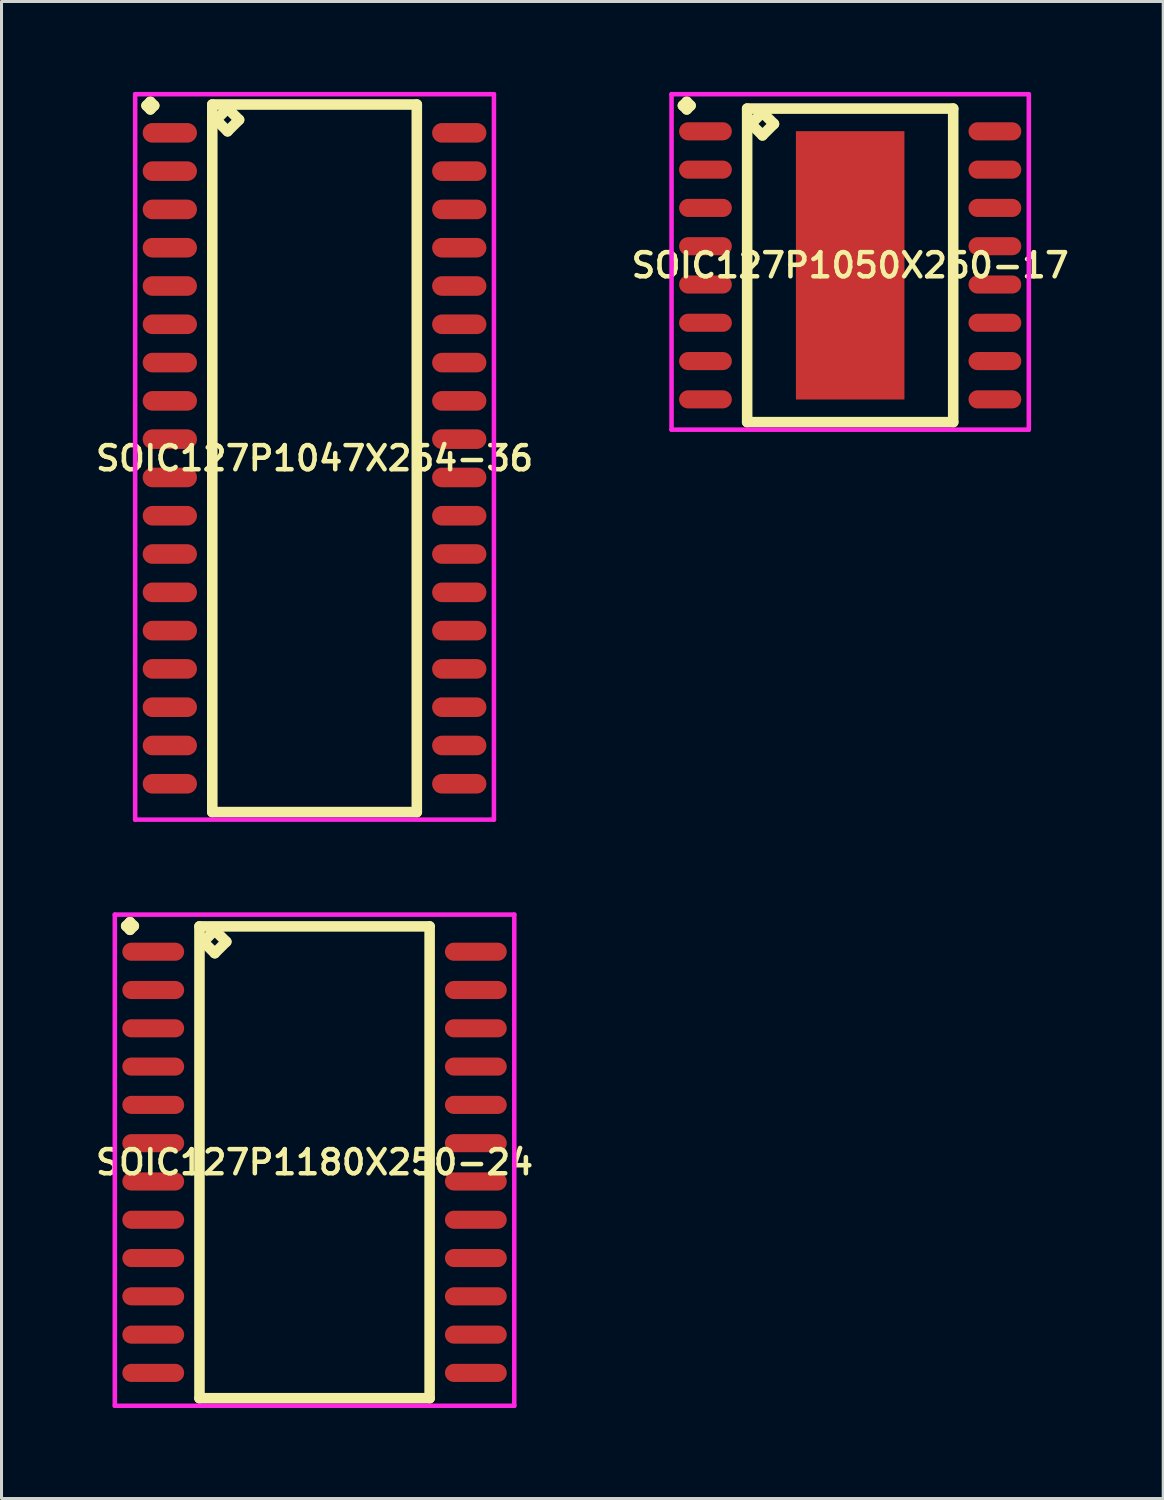
<source format=kicad_pcb>
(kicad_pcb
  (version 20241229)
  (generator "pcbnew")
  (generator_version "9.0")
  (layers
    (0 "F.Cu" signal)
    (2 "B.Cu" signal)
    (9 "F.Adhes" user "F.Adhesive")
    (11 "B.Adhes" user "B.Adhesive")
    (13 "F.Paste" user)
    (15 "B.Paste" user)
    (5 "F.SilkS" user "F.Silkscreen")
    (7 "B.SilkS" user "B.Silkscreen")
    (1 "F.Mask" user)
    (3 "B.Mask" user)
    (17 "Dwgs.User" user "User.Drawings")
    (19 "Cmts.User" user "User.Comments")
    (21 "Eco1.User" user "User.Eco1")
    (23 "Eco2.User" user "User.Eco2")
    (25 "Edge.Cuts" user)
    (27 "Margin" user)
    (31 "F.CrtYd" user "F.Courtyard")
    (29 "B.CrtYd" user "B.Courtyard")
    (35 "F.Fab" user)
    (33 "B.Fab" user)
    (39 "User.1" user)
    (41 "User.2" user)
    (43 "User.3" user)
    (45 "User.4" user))
  (footprint "SOIC127P1047X264-36"
    (layer "F.Cu")
    (at 7.383 12.151)
    (property "Reference" "SOIC127P1047X264-36" (at 0 0 0) (layer "F.SilkS") (effects (font (size 0.8 0.8) (thickness 0.15))))
    (attr smd)
    (fp_line (start -5.573 -11.699) (end -5.446 -11.826) (stroke (width 0.35) (type solid)) (layer "F.SilkS"))
    (fp_line (start -5.446 -11.826) (end -5.319 -11.699) (stroke (width 0.35) (type solid)) (layer "F.SilkS"))
    (fp_line (start -5.446 -11.572) (end -5.573 -11.699) (stroke (width 0.35) (type solid)) (layer "F.SilkS"))
    (fp_line (start -5.319 -11.699) (end -5.446 -11.572) (stroke (width 0.35) (type solid)) (layer "F.SilkS"))
    (fp_line (start -3.392 -11.735) (end -3.392 11.735) (stroke (width 0.35) (type solid)) (layer "F.SilkS"))
    (fp_line (start -3.392 11.735) (end 3.392 11.735) (stroke (width 0.35) (type solid)) (layer "F.SilkS"))
    (fp_line (start -3.265 -11.227) (end -2.884 -11.608) (stroke (width 0.35) (type solid)) (layer "F.SilkS"))
    (fp_line (start -2.884 -11.608) (end -2.503 -11.227) (stroke (width 0.35) (type solid)) (layer "F.SilkS"))
    (fp_line (start -2.884 -10.846) (end -3.265 -11.227) (stroke (width 0.35) (type solid)) (layer "F.SilkS"))
    (fp_line (start -2.503 -11.227) (end -2.884 -10.846) (stroke (width 0.35) (type solid)) (layer "F.SilkS"))
    (fp_line (start 3.392 -11.735) (end -3.392 -11.735) (stroke (width 0.35) (type solid)) (layer "F.SilkS"))
    (fp_line (start 3.392 11.735) (end 3.392 -11.735) (stroke (width 0.35) (type solid)) (layer "F.SilkS"))
    (fp_line (start -5.95 -12.076) (end 5.95 -12.076) (stroke (width 0.15) (type solid)) (layer "F.CrtYd"))
    (fp_line (start -5.95 11.985) (end -5.95 -12.076) (stroke (width 0.15) (type solid)) (layer "F.CrtYd"))
    (fp_line (start 5.95 -12.076) (end 5.95 11.985) (stroke (width 0.15) (type solid)) (layer "F.CrtYd"))
    (fp_line (start 5.95 11.985) (end -5.95 11.985) (stroke (width 0.15) (type solid)) (layer "F.CrtYd"))
    (pad "1" smd oval (at -4.8 -10.795) (size 1.8 0.65) (layers "F.Cu" "F.Mask" "F.Paste"))
    (pad "2" smd oval (at -4.8 -9.525) (size 1.8 0.65) (layers "F.Cu" "F.Mask" "F.Paste"))
    (pad "3" smd oval (at -4.8 -8.255) (size 1.8 0.65) (layers "F.Cu" "F.Mask" "F.Paste"))
    (pad "4" smd oval (at -4.8 -6.985) (size 1.8 0.65) (layers "F.Cu" "F.Mask" "F.Paste"))
    (pad "5" smd oval (at -4.8 -5.715) (size 1.8 0.65) (layers "F.Cu" "F.Mask" "F.Paste"))
    (pad "6" smd oval (at -4.8 -4.445) (size 1.8 0.65) (layers "F.Cu" "F.Mask" "F.Paste"))
    (pad "7" smd oval (at -4.8 -3.175) (size 1.8 0.65) (layers "F.Cu" "F.Mask" "F.Paste"))
    (pad "8" smd oval (at -4.8 -1.905) (size 1.8 0.65) (layers "F.Cu" "F.Mask" "F.Paste"))
    (pad "9" smd oval (at -4.8 -0.635) (size 1.8 0.65) (layers "F.Cu" "F.Mask" "F.Paste"))
    (pad "10" smd oval (at -4.8 0.635) (size 1.8 0.65) (layers "F.Cu" "F.Mask" "F.Paste"))
    (pad "11" smd oval (at -4.8 1.905) (size 1.8 0.65) (layers "F.Cu" "F.Mask" "F.Paste"))
    (pad "12" smd oval (at -4.8 3.175) (size 1.8 0.65) (layers "F.Cu" "F.Mask" "F.Paste"))
    (pad "13" smd oval (at -4.8 4.445) (size 1.8 0.65) (layers "F.Cu" "F.Mask" "F.Paste"))
    (pad "14" smd oval (at -4.8 5.715) (size 1.8 0.65) (layers "F.Cu" "F.Mask" "F.Paste"))
    (pad "15" smd oval (at -4.8 6.985) (size 1.8 0.65) (layers "F.Cu" "F.Mask" "F.Paste"))
    (pad "16" smd oval (at -4.8 8.255) (size 1.8 0.65) (layers "F.Cu" "F.Mask" "F.Paste"))
    (pad "17" smd oval (at -4.8 9.525) (size 1.8 0.65) (layers "F.Cu" "F.Mask" "F.Paste"))
    (pad "18" smd oval (at -4.8 10.795) (size 1.8 0.65) (layers "F.Cu" "F.Mask" "F.Paste"))
    (pad "19" smd oval (at 4.8 10.795) (size 1.8 0.65) (layers "F.Cu" "F.Mask" "F.Paste"))
    (pad "20" smd oval (at 4.8 9.525) (size 1.8 0.65) (layers "F.Cu" "F.Mask" "F.Paste"))
    (pad "21" smd oval (at 4.8 8.255) (size 1.8 0.65) (layers "F.Cu" "F.Mask" "F.Paste"))
    (pad "22" smd oval (at 4.8 6.985) (size 1.8 0.65) (layers "F.Cu" "F.Mask" "F.Paste"))
    (pad "23" smd oval (at 4.8 5.715) (size 1.8 0.65) (layers "F.Cu" "F.Mask" "F.Paste"))
    (pad "24" smd oval (at 4.8 4.445) (size 1.8 0.65) (layers "F.Cu" "F.Mask" "F.Paste"))
    (pad "25" smd oval (at 4.8 3.175) (size 1.8 0.65) (layers "F.Cu" "F.Mask" "F.Paste"))
    (pad "26" smd oval (at 4.8 1.905) (size 1.8 0.65) (layers "F.Cu" "F.Mask" "F.Paste"))
    (pad "27" smd oval (at 4.8 0.635) (size 1.8 0.65) (layers "F.Cu" "F.Mask" "F.Paste"))
    (pad "28" smd oval (at 4.8 -0.635) (size 1.8 0.65) (layers "F.Cu" "F.Mask" "F.Paste"))
    (pad "29" smd oval (at 4.8 -1.905) (size 1.8 0.65) (layers "F.Cu" "F.Mask" "F.Paste"))
    (pad "30" smd oval (at 4.8 -3.175) (size 1.8 0.65) (layers "F.Cu" "F.Mask" "F.Paste"))
    (pad "31" smd oval (at 4.8 -4.445) (size 1.8 0.65) (layers "F.Cu" "F.Mask" "F.Paste"))
    (pad "32" smd oval (at 4.8 -5.715) (size 1.8 0.65) (layers "F.Cu" "F.Mask" "F.Paste"))
    (pad "33" smd oval (at 4.8 -6.985) (size 1.8 0.65) (layers "F.Cu" "F.Mask" "F.Paste"))
    (pad "34" smd oval (at 4.8 -8.255) (size 1.8 0.65) (layers "F.Cu" "F.Mask" "F.Paste"))
    (pad "35" smd oval (at 4.8 -9.525) (size 1.8 0.65) (layers "F.Cu" "F.Mask" "F.Paste"))
    (pad "36" smd oval (at 4.8 -10.795) (size 1.8 0.65) (layers "F.Cu" "F.Mask" "F.Paste")))
  (footprint "SOIC127P1180X250-24"
    (layer "F.Cu")
    (at 7.383 35.502)
    (property "Reference" "SOIC127P1180X250-24" (at 0 0 0) (layer "F.SilkS") (effects (font (size 0.8 0.8) (thickness 0.15))))
    (attr smd)
    (fp_line (start -6.248 -7.839) (end -6.121 -7.966) (stroke (width 0.35) (type solid)) (layer "F.SilkS"))
    (fp_line (start -6.121 -7.966) (end -5.994 -7.839) (stroke (width 0.35) (type solid)) (layer "F.SilkS"))
    (fp_line (start -6.121 -7.712) (end -6.248 -7.839) (stroke (width 0.35) (type solid)) (layer "F.SilkS"))
    (fp_line (start -5.994 -7.839) (end -6.121 -7.712) (stroke (width 0.35) (type solid)) (layer "F.SilkS"))
    (fp_line (start -3.817 -7.825) (end -3.817 7.825) (stroke (width 0.35) (type solid)) (layer "F.SilkS"))
    (fp_line (start -3.817 7.825) (end 3.817 7.825) (stroke (width 0.35) (type solid)) (layer "F.SilkS"))
    (fp_line (start -3.69 -7.317) (end -3.309 -7.698) (stroke (width 0.35) (type solid)) (layer "F.SilkS"))
    (fp_line (start -3.309 -7.698) (end -2.928 -7.317) (stroke (width 0.35) (type solid)) (layer "F.SilkS"))
    (fp_line (start -3.309 -6.936) (end -3.69 -7.317) (stroke (width 0.35) (type solid)) (layer "F.SilkS"))
    (fp_line (start -2.928 -7.317) (end -3.309 -6.936) (stroke (width 0.35) (type solid)) (layer "F.SilkS"))
    (fp_line (start 3.817 -7.825) (end -3.817 -7.825) (stroke (width 0.35) (type solid)) (layer "F.SilkS"))
    (fp_line (start 3.817 7.825) (end 3.817 -7.825) (stroke (width 0.35) (type solid)) (layer "F.SilkS"))
    (fp_line (start -6.625 -8.216) (end 6.625 -8.216) (stroke (width 0.15) (type solid)) (layer "F.CrtYd"))
    (fp_line (start -6.625 8.075) (end -6.625 -8.216) (stroke (width 0.15) (type solid)) (layer "F.CrtYd"))
    (fp_line (start 6.625 -8.216) (end 6.625 8.075) (stroke (width 0.15) (type solid)) (layer "F.CrtYd"))
    (fp_line (start 6.625 8.075) (end -6.625 8.075) (stroke (width 0.15) (type solid)) (layer "F.CrtYd"))
    (pad "1" smd oval (at -5.35 -6.985) (size 2.05 0.6) (layers "F.Cu" "F.Mask" "F.Paste"))
    (pad "2" smd oval (at -5.35 -5.715) (size 2.05 0.6) (layers "F.Cu" "F.Mask" "F.Paste"))
    (pad "3" smd oval (at -5.35 -4.445) (size 2.05 0.6) (layers "F.Cu" "F.Mask" "F.Paste"))
    (pad "4" smd oval (at -5.35 -3.175) (size 2.05 0.6) (layers "F.Cu" "F.Mask" "F.Paste"))
    (pad "5" smd oval (at -5.35 -1.905) (size 2.05 0.6) (layers "F.Cu" "F.Mask" "F.Paste"))
    (pad "6" smd oval (at -5.35 -0.635) (size 2.05 0.6) (layers "F.Cu" "F.Mask" "F.Paste"))
    (pad "7" smd oval (at -5.35 0.635) (size 2.05 0.6) (layers "F.Cu" "F.Mask" "F.Paste"))
    (pad "8" smd oval (at -5.35 1.905) (size 2.05 0.6) (layers "F.Cu" "F.Mask" "F.Paste"))
    (pad "9" smd oval (at -5.35 3.175) (size 2.05 0.6) (layers "F.Cu" "F.Mask" "F.Paste"))
    (pad "10" smd oval (at -5.35 4.445) (size 2.05 0.6) (layers "F.Cu" "F.Mask" "F.Paste"))
    (pad "11" smd oval (at -5.35 5.715) (size 2.05 0.6) (layers "F.Cu" "F.Mask" "F.Paste"))
    (pad "12" smd oval (at -5.35 6.985) (size 2.05 0.6) (layers "F.Cu" "F.Mask" "F.Paste"))
    (pad "13" smd oval (at 5.35 6.985) (size 2.05 0.6) (layers "F.Cu" "F.Mask" "F.Paste"))
    (pad "14" smd oval (at 5.35 5.715) (size 2.05 0.6) (layers "F.Cu" "F.Mask" "F.Paste"))
    (pad "15" smd oval (at 5.35 4.445) (size 2.05 0.6) (layers "F.Cu" "F.Mask" "F.Paste"))
    (pad "16" smd oval (at 5.35 3.175) (size 2.05 0.6) (layers "F.Cu" "F.Mask" "F.Paste"))
    (pad "17" smd oval (at 5.35 1.905) (size 2.05 0.6) (layers "F.Cu" "F.Mask" "F.Paste"))
    (pad "18" smd oval (at 5.35 0.635) (size 2.05 0.6) (layers "F.Cu" "F.Mask" "F.Paste"))
    (pad "19" smd oval (at 5.35 -0.635) (size 2.05 0.6) (layers "F.Cu" "F.Mask" "F.Paste"))
    (pad "20" smd oval (at 5.35 -1.905) (size 2.05 0.6) (layers "F.Cu" "F.Mask" "F.Paste"))
    (pad "21" smd oval (at 5.35 -3.175) (size 2.05 0.6) (layers "F.Cu" "F.Mask" "F.Paste"))
    (pad "22" smd oval (at 5.35 -4.445) (size 2.05 0.6) (layers "F.Cu" "F.Mask" "F.Paste"))
    (pad "23" smd oval (at 5.35 -5.715) (size 2.05 0.6) (layers "F.Cu" "F.Mask" "F.Paste"))
    (pad "24" smd oval (at 5.35 -6.985) (size 2.05 0.6) (layers "F.Cu" "F.Mask" "F.Paste")))
  (footprint "SOIC127P1050X250-17"
    (layer "F.Cu")
    (at 25.149 5.751)
    (property "Reference" "SOIC127P1050X250-17" (at 0 0 0) (layer "F.SilkS") (effects (font (size 0.8 0.8) (thickness 0.15))))
    (attr smd)
    (fp_line (start -5.548 -5.299) (end -5.421 -5.426) (stroke (width 0.35) (type solid)) (layer "F.SilkS"))
    (fp_line (start -5.421 -5.426) (end -5.294 -5.299) (stroke (width 0.35) (type solid)) (layer "F.SilkS"))
    (fp_line (start -5.421 -5.172) (end -5.548 -5.299) (stroke (width 0.35) (type solid)) (layer "F.SilkS"))
    (fp_line (start -5.294 -5.299) (end -5.421 -5.172) (stroke (width 0.35) (type solid)) (layer "F.SilkS"))
    (fp_line (start -3.417 -5.2) (end -3.417 5.2) (stroke (width 0.35) (type solid)) (layer "F.SilkS"))
    (fp_line (start -3.417 5.2) (end 3.417 5.2) (stroke (width 0.35) (type solid)) (layer "F.SilkS"))
    (fp_line (start -3.29 -4.692) (end -2.909 -5.073) (stroke (width 0.35) (type solid)) (layer "F.SilkS"))
    (fp_line (start -2.909 -5.073) (end -2.528 -4.692) (stroke (width 0.35) (type solid)) (layer "F.SilkS"))
    (fp_line (start -2.909 -4.311) (end -3.29 -4.692) (stroke (width 0.35) (type solid)) (layer "F.SilkS"))
    (fp_line (start -2.528 -4.692) (end -2.909 -4.311) (stroke (width 0.35) (type solid)) (layer "F.SilkS"))
    (fp_line (start 3.417 -5.2) (end -3.417 -5.2) (stroke (width 0.35) (type solid)) (layer "F.SilkS"))
    (fp_line (start 3.417 5.2) (end 3.417 -5.2) (stroke (width 0.35) (type solid)) (layer "F.SilkS"))
    (fp_line (start -5.925 -5.676) (end 5.925 -5.676) (stroke (width 0.15) (type solid)) (layer "F.CrtYd"))
    (fp_line (start -5.925 5.45) (end -5.925 -5.676) (stroke (width 0.15) (type solid)) (layer "F.CrtYd"))
    (fp_line (start 5.925 -5.676) (end 5.925 5.45) (stroke (width 0.15) (type solid)) (layer "F.CrtYd"))
    (fp_line (start 5.925 5.45) (end -5.925 5.45) (stroke (width 0.15) (type solid)) (layer "F.CrtYd"))
    (pad "1" smd oval (at -4.8 -4.445) (size 1.75 0.6) (layers "F.Cu" "F.Mask" "F.Paste"))
    (pad "2" smd oval (at -4.8 -3.175) (size 1.75 0.6) (layers "F.Cu" "F.Mask" "F.Paste"))
    (pad "3" smd oval (at -4.8 -1.905) (size 1.75 0.6) (layers "F.Cu" "F.Mask" "F.Paste"))
    (pad "4" smd oval (at -4.8 -0.635) (size 1.75 0.6) (layers "F.Cu" "F.Mask" "F.Paste"))
    (pad "5" smd oval (at -4.8 0.635) (size 1.75 0.6) (layers "F.Cu" "F.Mask" "F.Paste"))
    (pad "6" smd oval (at -4.8 1.905) (size 1.75 0.6) (layers "F.Cu" "F.Mask" "F.Paste"))
    (pad "7" smd oval (at -4.8 3.175) (size 1.75 0.6) (layers "F.Cu" "F.Mask" "F.Paste"))
    (pad "8" smd oval (at -4.8 4.445) (size 1.75 0.6) (layers "F.Cu" "F.Mask" "F.Paste"))
    (pad "9" smd oval (at 4.8 4.445) (size 1.75 0.6) (layers "F.Cu" "F.Mask" "F.Paste"))
    (pad "10" smd oval (at 4.8 3.175) (size 1.75 0.6) (layers "F.Cu" "F.Mask" "F.Paste"))
    (pad "11" smd oval (at 4.8 1.905) (size 1.75 0.6) (layers "F.Cu" "F.Mask" "F.Paste"))
    (pad "12" smd oval (at 4.8 0.635) (size 1.75 0.6) (layers "F.Cu" "F.Mask" "F.Paste"))
    (pad "13" smd oval (at 4.8 -0.635) (size 1.75 0.6) (layers "F.Cu" "F.Mask" "F.Paste"))
    (pad "14" smd oval (at 4.8 -1.905) (size 1.75 0.6) (layers "F.Cu" "F.Mask" "F.Paste"))
    (pad "15" smd oval (at 4.8 -3.175) (size 1.75 0.6) (layers "F.Cu" "F.Mask" "F.Paste"))
    (pad "16" smd oval (at 4.8 -4.445) (size 1.75 0.6) (layers "F.Cu" "F.Mask" "F.Paste"))
    (pad "17" smd rect (at 0 0) (size 3.6 8.9) (layers "F.Cu" "F.Mask" "F.Paste")))
  (gr_rect
    (start -3 -3)
    (end 35.532 46.652)
    (stroke (width 0.1) (type default))
    (fill no)
    (layer "Edge.Cuts")))
</source>
